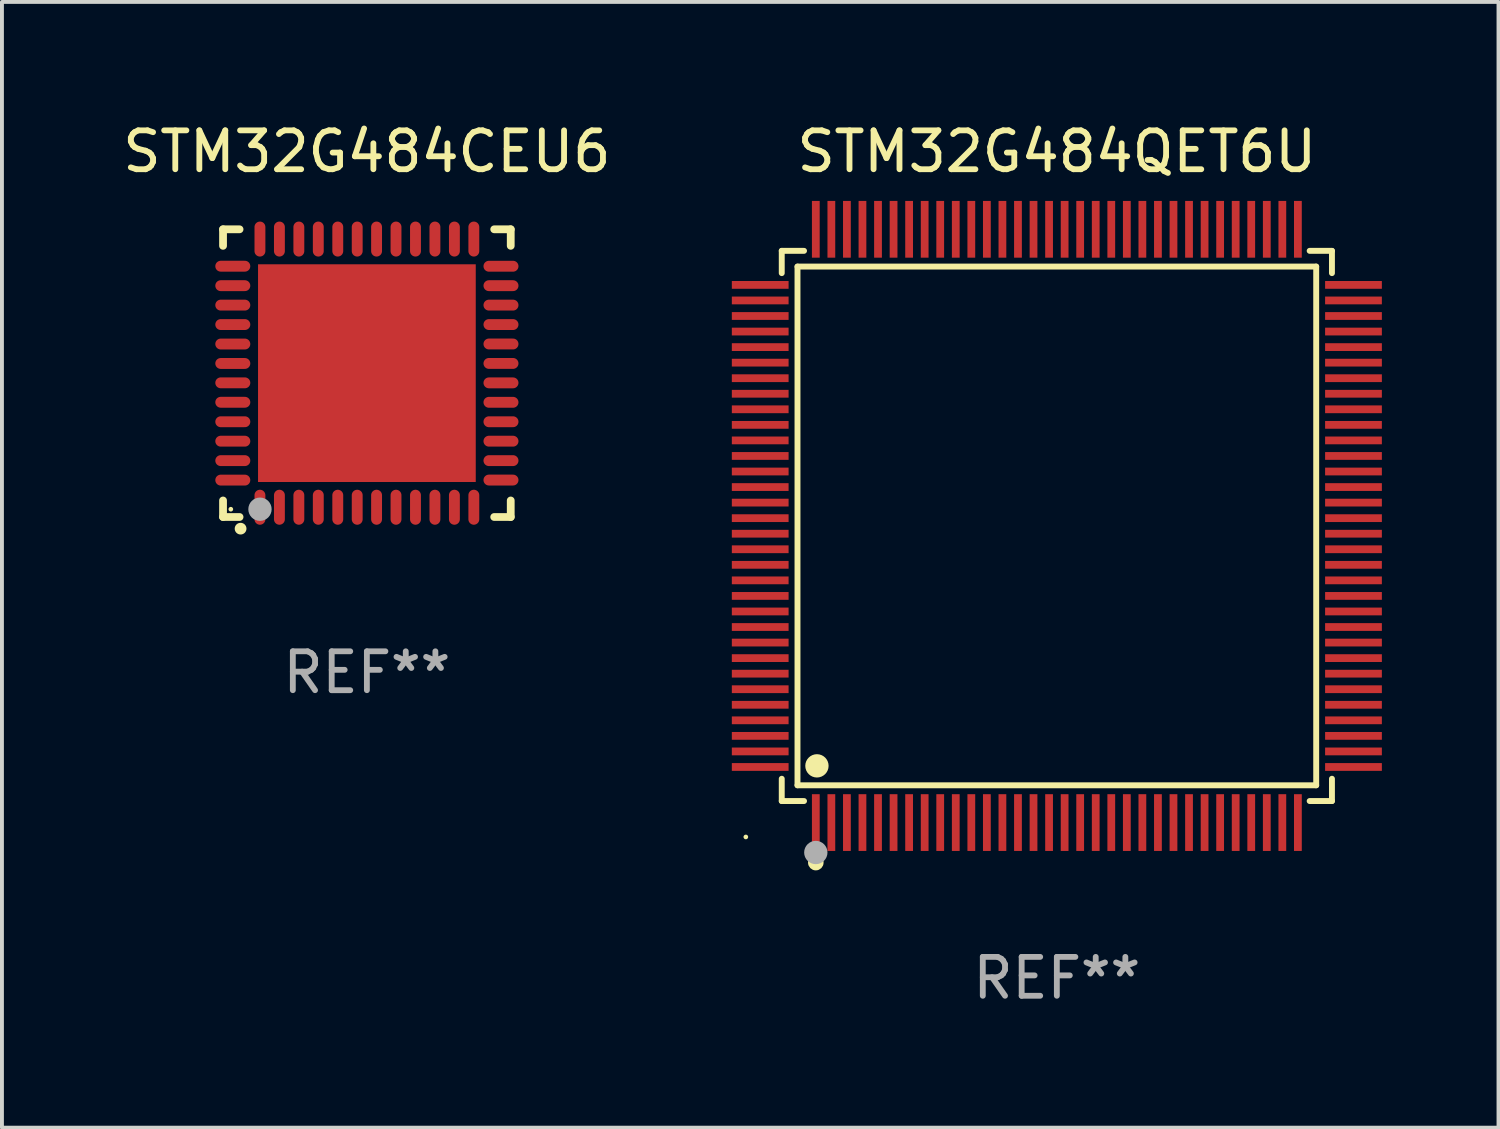
<source format=kicad_pcb>
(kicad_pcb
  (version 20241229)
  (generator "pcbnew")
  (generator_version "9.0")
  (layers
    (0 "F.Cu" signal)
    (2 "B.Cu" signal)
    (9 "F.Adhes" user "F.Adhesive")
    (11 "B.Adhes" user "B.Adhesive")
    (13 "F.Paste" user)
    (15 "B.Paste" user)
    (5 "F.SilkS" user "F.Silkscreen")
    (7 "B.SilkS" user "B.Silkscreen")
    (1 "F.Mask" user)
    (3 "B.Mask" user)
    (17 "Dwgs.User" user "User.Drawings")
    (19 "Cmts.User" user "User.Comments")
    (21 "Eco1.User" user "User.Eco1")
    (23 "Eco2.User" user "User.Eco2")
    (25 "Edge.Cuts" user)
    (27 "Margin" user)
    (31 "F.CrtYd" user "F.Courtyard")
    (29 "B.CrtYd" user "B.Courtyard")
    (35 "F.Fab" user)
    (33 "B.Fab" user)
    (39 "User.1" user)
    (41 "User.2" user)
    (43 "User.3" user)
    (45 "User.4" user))
  (footprint "STM32G484QET6U"
    (layer "F.Cu")
    (at 24.134 10.478)
    (property "Reference" "STM32G484QET6U" (at 0 -9.63 0) (layer "F.SilkS") (effects (font (size 1 1) (thickness 0.15))))
    (attr through_hole)
    (fp_line (start -7.076 -7.076) (end -6.503 -7.076) (stroke (width 0.152) (type solid)) (layer "F.SilkS"))
    (fp_line (start -7.076 -6.503) (end -7.076 -7.076) (stroke (width 0.152) (type solid)) (layer "F.SilkS"))
    (fp_line (start -7.076 6.503) (end -7.076 7.076) (stroke (width 0.152) (type solid)) (layer "F.SilkS"))
    (fp_line (start -7.076 7.076) (end -6.503 7.076) (stroke (width 0.152) (type solid)) (layer "F.SilkS"))
    (fp_line (start -6.671 -6.671) (end 6.671 -6.671) (stroke (width 0.152) (type solid)) (layer "F.SilkS"))
    (fp_line (start -6.671 6.671) (end -6.671 -6.671) (stroke (width 0.152) (type solid)) (layer "F.SilkS"))
    (fp_line (start 6.671 -6.671) (end 6.671 6.671) (stroke (width 0.152) (type solid)) (layer "F.SilkS"))
    (fp_line (start 6.671 6.671) (end -6.671 6.671) (stroke (width 0.152) (type solid)) (layer "F.SilkS"))
    (fp_line (start 7.076 -7.076) (end 6.503 -7.076) (stroke (width 0.152) (type solid)) (layer "F.SilkS"))
    (fp_line (start 7.076 -6.503) (end 7.076 -7.076) (stroke (width 0.152) (type solid)) (layer "F.SilkS"))
    (fp_line (start 7.076 6.503) (end 7.076 7.076) (stroke (width 0.152) (type solid)) (layer "F.SilkS"))
    (fp_line (start 7.076 7.076) (end 6.503 7.076) (stroke (width 0.152) (type solid)) (layer "F.SilkS"))
    (fp_circle (center -8 8) (end -7.97 8) (stroke (width 0.06) (type solid)) (fill no) (layer "F.SilkS"))
    (fp_circle (center -6.2 8.66) (end -6.1 8.66) (stroke (width 0.2) (type solid)) (fill no) (layer "F.SilkS"))
    (fp_circle (center -6.171 6.171) (end -6.021 6.171) (stroke (width 0.3) (type solid)) (fill no) (layer "F.SilkS"))
    (fp_circle (center -6.2 8.4) (end -6.05 8.4) (stroke (width 0.3) (type solid)) (fill no) (layer "F.Fab"))
    (fp_text user "REF**" (at 0 11.63 0) (layer "F.Fab") (effects (font (size 1 1) (thickness 0.15))))
    (pad "1" smd rect (at -6.2 7.63) (size 0.2 1.46) (layers "F.Cu" "F.Mask" "F.Paste"))
    (pad "2" smd rect (at -5.8 7.63) (size 0.2 1.46) (layers "F.Cu" "F.Mask" "F.Paste"))
    (pad "3" smd rect (at -5.4 7.63) (size 0.2 1.46) (layers "F.Cu" "F.Mask" "F.Paste"))
    (pad "4" smd rect (at -5 7.63) (size 0.2 1.46) (layers "F.Cu" "F.Mask" "F.Paste"))
    (pad "5" smd rect (at -4.6 7.63) (size 0.2 1.46) (layers "F.Cu" "F.Mask" "F.Paste"))
    (pad "6" smd rect (at -4.2 7.63) (size 0.2 1.46) (layers "F.Cu" "F.Mask" "F.Paste"))
    (pad "7" smd rect (at -3.8 7.63) (size 0.2 1.46) (layers "F.Cu" "F.Mask" "F.Paste"))
    (pad "8" smd rect (at -3.4 7.63) (size 0.2 1.46) (layers "F.Cu" "F.Mask" "F.Paste"))
    (pad "9" smd rect (at -3 7.63) (size 0.2 1.46) (layers "F.Cu" "F.Mask" "F.Paste"))
    (pad "10" smd rect (at -2.6 7.63) (size 0.2 1.46) (layers "F.Cu" "F.Mask" "F.Paste"))
    (pad "11" smd rect (at -2.2 7.63) (size 0.2 1.46) (layers "F.Cu" "F.Mask" "F.Paste"))
    (pad "12" smd rect (at -1.8 7.63) (size 0.2 1.46) (layers "F.Cu" "F.Mask" "F.Paste"))
    (pad "13" smd rect (at -1.4 7.63) (size 0.2 1.46) (layers "F.Cu" "F.Mask" "F.Paste"))
    (pad "14" smd rect (at -1 7.63) (size 0.2 1.46) (layers "F.Cu" "F.Mask" "F.Paste"))
    (pad "15" smd rect (at -0.6 7.63) (size 0.2 1.46) (layers "F.Cu" "F.Mask" "F.Paste"))
    (pad "16" smd rect (at -0.2 7.63) (size 0.2 1.46) (layers "F.Cu" "F.Mask" "F.Paste"))
    (pad "17" smd rect (at 0.2 7.63) (size 0.2 1.46) (layers "F.Cu" "F.Mask" "F.Paste"))
    (pad "18" smd rect (at 0.6 7.63) (size 0.2 1.46) (layers "F.Cu" "F.Mask" "F.Paste"))
    (pad "19" smd rect (at 1 7.63) (size 0.2 1.46) (layers "F.Cu" "F.Mask" "F.Paste"))
    (pad "20" smd rect (at 1.4 7.63) (size 0.2 1.46) (layers "F.Cu" "F.Mask" "F.Paste"))
    (pad "21" smd rect (at 1.8 7.63) (size 0.2 1.46) (layers "F.Cu" "F.Mask" "F.Paste"))
    (pad "22" smd rect (at 2.2 7.63) (size 0.2 1.46) (layers "F.Cu" "F.Mask" "F.Paste"))
    (pad "23" smd rect (at 2.6 7.63) (size 0.2 1.46) (layers "F.Cu" "F.Mask" "F.Paste"))
    (pad "24" smd rect (at 3 7.63) (size 0.2 1.46) (layers "F.Cu" "F.Mask" "F.Paste"))
    (pad "25" smd rect (at 3.4 7.63) (size 0.2 1.46) (layers "F.Cu" "F.Mask" "F.Paste"))
    (pad "26" smd rect (at 3.8 7.63) (size 0.2 1.46) (layers "F.Cu" "F.Mask" "F.Paste"))
    (pad "27" smd rect (at 4.2 7.63) (size 0.2 1.46) (layers "F.Cu" "F.Mask" "F.Paste"))
    (pad "28" smd rect (at 4.6 7.63) (size 0.2 1.46) (layers "F.Cu" "F.Mask" "F.Paste"))
    (pad "29" smd rect (at 5 7.63) (size 0.2 1.46) (layers "F.Cu" "F.Mask" "F.Paste"))
    (pad "30" smd rect (at 5.4 7.63) (size 0.2 1.46) (layers "F.Cu" "F.Mask" "F.Paste"))
    (pad "31" smd rect (at 5.8 7.63) (size 0.2 1.46) (layers "F.Cu" "F.Mask" "F.Paste"))
    (pad "32" smd rect (at 6.2 7.63) (size 0.2 1.46) (layers "F.Cu" "F.Mask" "F.Paste"))
    (pad "33" smd rect (at 7.63 6.2) (size 1.46 0.2) (layers "F.Cu" "F.Mask" "F.Paste"))
    (pad "34" smd rect (at 7.63 5.8) (size 1.46 0.2) (layers "F.Cu" "F.Mask" "F.Paste"))
    (pad "35" smd rect (at 7.63 5.4) (size 1.46 0.2) (layers "F.Cu" "F.Mask" "F.Paste"))
    (pad "36" smd rect (at 7.63 5) (size 1.46 0.2) (layers "F.Cu" "F.Mask" "F.Paste"))
    (pad "37" smd rect (at 7.63 4.6) (size 1.46 0.2) (layers "F.Cu" "F.Mask" "F.Paste"))
    (pad "38" smd rect (at 7.63 4.2) (size 1.46 0.2) (layers "F.Cu" "F.Mask" "F.Paste"))
    (pad "39" smd rect (at 7.63 3.8) (size 1.46 0.2) (layers "F.Cu" "F.Mask" "F.Paste"))
    (pad "40" smd rect (at 7.63 3.4) (size 1.46 0.2) (layers "F.Cu" "F.Mask" "F.Paste"))
    (pad "41" smd rect (at 7.63 3) (size 1.46 0.2) (layers "F.Cu" "F.Mask" "F.Paste"))
    (pad "42" smd rect (at 7.63 2.6) (size 1.46 0.2) (layers "F.Cu" "F.Mask" "F.Paste"))
    (pad "43" smd rect (at 7.63 2.2) (size 1.46 0.2) (layers "F.Cu" "F.Mask" "F.Paste"))
    (pad "44" smd rect (at 7.63 1.8) (size 1.46 0.2) (layers "F.Cu" "F.Mask" "F.Paste"))
    (pad "45" smd rect (at 7.63 1.4) (size 1.46 0.2) (layers "F.Cu" "F.Mask" "F.Paste"))
    (pad "46" smd rect (at 7.63 1) (size 1.46 0.2) (layers "F.Cu" "F.Mask" "F.Paste"))
    (pad "47" smd rect (at 7.63 0.6) (size 1.46 0.2) (layers "F.Cu" "F.Mask" "F.Paste"))
    (pad "48" smd rect (at 7.63 0.2) (size 1.46 0.2) (layers "F.Cu" "F.Mask" "F.Paste"))
    (pad "49" smd rect (at 7.63 -0.2) (size 1.46 0.2) (layers "F.Cu" "F.Mask" "F.Paste"))
    (pad "50" smd rect (at 7.63 -0.6) (size 1.46 0.2) (layers "F.Cu" "F.Mask" "F.Paste"))
    (pad "51" smd rect (at 7.63 -1) (size 1.46 0.2) (layers "F.Cu" "F.Mask" "F.Paste"))
    (pad "52" smd rect (at 7.63 -1.4) (size 1.46 0.2) (layers "F.Cu" "F.Mask" "F.Paste"))
    (pad "53" smd rect (at 7.63 -1.8) (size 1.46 0.2) (layers "F.Cu" "F.Mask" "F.Paste"))
    (pad "54" smd rect (at 7.63 -2.2) (size 1.46 0.2) (layers "F.Cu" "F.Mask" "F.Paste"))
    (pad "55" smd rect (at 7.63 -2.6) (size 1.46 0.2) (layers "F.Cu" "F.Mask" "F.Paste"))
    (pad "56" smd rect (at 7.63 -3) (size 1.46 0.2) (layers "F.Cu" "F.Mask" "F.Paste"))
    (pad "57" smd rect (at 7.63 -3.4) (size 1.46 0.2) (layers "F.Cu" "F.Mask" "F.Paste"))
    (pad "58" smd rect (at 7.63 -3.8) (size 1.46 0.2) (layers "F.Cu" "F.Mask" "F.Paste"))
    (pad "59" smd rect (at 7.63 -4.2) (size 1.46 0.2) (layers "F.Cu" "F.Mask" "F.Paste"))
    (pad "60" smd rect (at 7.63 -4.6) (size 1.46 0.2) (layers "F.Cu" "F.Mask" "F.Paste"))
    (pad "61" smd rect (at 7.63 -5) (size 1.46 0.2) (layers "F.Cu" "F.Mask" "F.Paste"))
    (pad "62" smd rect (at 7.63 -5.4) (size 1.46 0.2) (layers "F.Cu" "F.Mask" "F.Paste"))
    (pad "63" smd rect (at 7.63 -5.8) (size 1.46 0.2) (layers "F.Cu" "F.Mask" "F.Paste"))
    (pad "64" smd rect (at 7.63 -6.2) (size 1.46 0.2) (layers "F.Cu" "F.Mask" "F.Paste"))
    (pad "65" smd rect (at 6.2 -7.63) (size 0.2 1.46) (layers "F.Cu" "F.Mask" "F.Paste"))
    (pad "66" smd rect (at 5.8 -7.63) (size 0.2 1.46) (layers "F.Cu" "F.Mask" "F.Paste"))
    (pad "67" smd rect (at 5.4 -7.63) (size 0.2 1.46) (layers "F.Cu" "F.Mask" "F.Paste"))
    (pad "68" smd rect (at 5 -7.63) (size 0.2 1.46) (layers "F.Cu" "F.Mask" "F.Paste"))
    (pad "69" smd rect (at 4.6 -7.63) (size 0.2 1.46) (layers "F.Cu" "F.Mask" "F.Paste"))
    (pad "70" smd rect (at 4.2 -7.63) (size 0.2 1.46) (layers "F.Cu" "F.Mask" "F.Paste"))
    (pad "71" smd rect (at 3.8 -7.63) (size 0.2 1.46) (layers "F.Cu" "F.Mask" "F.Paste"))
    (pad "72" smd rect (at 3.4 -7.63) (size 0.2 1.46) (layers "F.Cu" "F.Mask" "F.Paste"))
    (pad "73" smd rect (at 3 -7.63) (size 0.2 1.46) (layers "F.Cu" "F.Mask" "F.Paste"))
    (pad "74" smd rect (at 2.6 -7.63) (size 0.2 1.46) (layers "F.Cu" "F.Mask" "F.Paste"))
    (pad "75" smd rect (at 2.2 -7.63) (size 0.2 1.46) (layers "F.Cu" "F.Mask" "F.Paste"))
    (pad "76" smd rect (at 1.8 -7.63) (size 0.2 1.46) (layers "F.Cu" "F.Mask" "F.Paste"))
    (pad "77" smd rect (at 1.4 -7.63) (size 0.2 1.46) (layers "F.Cu" "F.Mask" "F.Paste"))
    (pad "78" smd rect (at 1 -7.63) (size 0.2 1.46) (layers "F.Cu" "F.Mask" "F.Paste"))
    (pad "79" smd rect (at 0.6 -7.63) (size 0.2 1.46) (layers "F.Cu" "F.Mask" "F.Paste"))
    (pad "80" smd rect (at 0.2 -7.63) (size 0.2 1.46) (layers "F.Cu" "F.Mask" "F.Paste"))
    (pad "81" smd rect (at -0.2 -7.63) (size 0.2 1.46) (layers "F.Cu" "F.Mask" "F.Paste"))
    (pad "82" smd rect (at -0.6 -7.63) (size 0.2 1.46) (layers "F.Cu" "F.Mask" "F.Paste"))
    (pad "83" smd rect (at -1 -7.63) (size 0.2 1.46) (layers "F.Cu" "F.Mask" "F.Paste"))
    (pad "84" smd rect (at -1.4 -7.63) (size 0.2 1.46) (layers "F.Cu" "F.Mask" "F.Paste"))
    (pad "85" smd rect (at -1.8 -7.63) (size 0.2 1.46) (layers "F.Cu" "F.Mask" "F.Paste"))
    (pad "86" smd rect (at -2.2 -7.63) (size 0.2 1.46) (layers "F.Cu" "F.Mask" "F.Paste"))
    (pad "87" smd rect (at -2.6 -7.63) (size 0.2 1.46) (layers "F.Cu" "F.Mask" "F.Paste"))
    (pad "88" smd rect (at -3 -7.63) (size 0.2 1.46) (layers "F.Cu" "F.Mask" "F.Paste"))
    (pad "89" smd rect (at -3.4 -7.63) (size 0.2 1.46) (layers "F.Cu" "F.Mask" "F.Paste"))
    (pad "90" smd rect (at -3.8 -7.63) (size 0.2 1.46) (layers "F.Cu" "F.Mask" "F.Paste"))
    (pad "91" smd rect (at -4.2 -7.63) (size 0.2 1.46) (layers "F.Cu" "F.Mask" "F.Paste"))
    (pad "92" smd rect (at -4.6 -7.63) (size 0.2 1.46) (layers "F.Cu" "F.Mask" "F.Paste"))
    (pad "93" smd rect (at -5 -7.63) (size 0.2 1.46) (layers "F.Cu" "F.Mask" "F.Paste"))
    (pad "94" smd rect (at -5.4 -7.63) (size 0.2 1.46) (layers "F.Cu" "F.Mask" "F.Paste"))
    (pad "95" smd rect (at -5.8 -7.63) (size 0.2 1.46) (layers "F.Cu" "F.Mask" "F.Paste"))
    (pad "96" smd rect (at -6.2 -7.63) (size 0.2 1.46) (layers "F.Cu" "F.Mask" "F.Paste"))
    (pad "97" smd rect (at -7.63 -6.2) (size 1.46 0.2) (layers "F.Cu" "F.Mask" "F.Paste"))
    (pad "98" smd rect (at -7.63 -5.8) (size 1.46 0.2) (layers "F.Cu" "F.Mask" "F.Paste"))
    (pad "99" smd rect (at -7.63 -5.4) (size 1.46 0.2) (layers "F.Cu" "F.Mask" "F.Paste"))
    (pad "100" smd rect (at -7.63 -5) (size 1.46 0.2) (layers "F.Cu" "F.Mask" "F.Paste"))
    (pad "101" smd rect (at -7.63 -4.6) (size 1.46 0.2) (layers "F.Cu" "F.Mask" "F.Paste"))
    (pad "102" smd rect (at -7.63 -4.2) (size 1.46 0.2) (layers "F.Cu" "F.Mask" "F.Paste"))
    (pad "103" smd rect (at -7.63 -3.8) (size 1.46 0.2) (layers "F.Cu" "F.Mask" "F.Paste"))
    (pad "104" smd rect (at -7.63 -3.4) (size 1.46 0.2) (layers "F.Cu" "F.Mask" "F.Paste"))
    (pad "105" smd rect (at -7.63 -3) (size 1.46 0.2) (layers "F.Cu" "F.Mask" "F.Paste"))
    (pad "106" smd rect (at -7.63 -2.6) (size 1.46 0.2) (layers "F.Cu" "F.Mask" "F.Paste"))
    (pad "107" smd rect (at -7.63 -2.2) (size 1.46 0.2) (layers "F.Cu" "F.Mask" "F.Paste"))
    (pad "108" smd rect (at -7.63 -1.8) (size 1.46 0.2) (layers "F.Cu" "F.Mask" "F.Paste"))
    (pad "109" smd rect (at -7.63 -1.4) (size 1.46 0.2) (layers "F.Cu" "F.Mask" "F.Paste"))
    (pad "110" smd rect (at -7.63 -1) (size 1.46 0.2) (layers "F.Cu" "F.Mask" "F.Paste"))
    (pad "111" smd rect (at -7.63 -0.6) (size 1.46 0.2) (layers "F.Cu" "F.Mask" "F.Paste"))
    (pad "112" smd rect (at -7.63 -0.2) (size 1.46 0.2) (layers "F.Cu" "F.Mask" "F.Paste"))
    (pad "113" smd rect (at -7.63 0.2) (size 1.46 0.2) (layers "F.Cu" "F.Mask" "F.Paste"))
    (pad "114" smd rect (at -7.63 0.6) (size 1.46 0.2) (layers "F.Cu" "F.Mask" "F.Paste"))
    (pad "115" smd rect (at -7.63 1) (size 1.46 0.2) (layers "F.Cu" "F.Mask" "F.Paste"))
    (pad "116" smd rect (at -7.63 1.4) (size 1.46 0.2) (layers "F.Cu" "F.Mask" "F.Paste"))
    (pad "117" smd rect (at -7.63 1.8) (size 1.46 0.2) (layers "F.Cu" "F.Mask" "F.Paste"))
    (pad "118" smd rect (at -7.63 2.2) (size 1.46 0.2) (layers "F.Cu" "F.Mask" "F.Paste"))
    (pad "119" smd rect (at -7.63 2.6) (size 1.46 0.2) (layers "F.Cu" "F.Mask" "F.Paste"))
    (pad "120" smd rect (at -7.63 3) (size 1.46 0.2) (layers "F.Cu" "F.Mask" "F.Paste"))
    (pad "121" smd rect (at -7.63 3.4) (size 1.46 0.2) (layers "F.Cu" "F.Mask" "F.Paste"))
    (pad "122" smd rect (at -7.63 3.8) (size 1.46 0.2) (layers "F.Cu" "F.Mask" "F.Paste"))
    (pad "123" smd rect (at -7.63 4.2) (size 1.46 0.2) (layers "F.Cu" "F.Mask" "F.Paste"))
    (pad "124" smd rect (at -7.63 4.6) (size 1.46 0.2) (layers "F.Cu" "F.Mask" "F.Paste"))
    (pad "125" smd rect (at -7.63 5) (size 1.46 0.2) (layers "F.Cu" "F.Mask" "F.Paste"))
    (pad "126" smd rect (at -7.63 5.4) (size 1.46 0.2) (layers "F.Cu" "F.Mask" "F.Paste"))
    (pad "127" smd rect (at -7.63 5.8) (size 1.46 0.2) (layers "F.Cu" "F.Mask" "F.Paste"))
    (pad "128" smd rect (at -7.63 6.2) (size 1.46 0.2) (layers "F.Cu" "F.Mask" "F.Paste")))
  (footprint "STM32G484CEU6"
    (layer "F.Cu")
    (at 6.387 6.548)
    (property "Reference" "STM32G484CEU6" (at 0 -5.7 0) (layer "F.SilkS") (effects (font (size 1 1) (thickness 0.15))))
    (attr through_hole)
    (fp_line (start -3.7 -3.7) (end -3.275 -3.7) (stroke (width 0.2) (type solid)) (layer "F.SilkS"))
    (fp_line (start -3.7 -3.275) (end -3.7 -3.7) (stroke (width 0.2) (type solid)) (layer "F.SilkS"))
    (fp_line (start -3.7 3.7) (end -3.7 3.275) (stroke (width 0.2) (type solid)) (layer "F.SilkS"))
    (fp_line (start -3.275 3.7) (end -3.7 3.7) (stroke (width 0.2) (type solid)) (layer "F.SilkS"))
    (fp_line (start 3.7 -3.7) (end 3.275 -3.7) (stroke (width 0.2) (type solid)) (layer "F.SilkS"))
    (fp_line (start 3.7 -3.275) (end 3.7 -3.7) (stroke (width 0.2) (type solid)) (layer "F.SilkS"))
    (fp_line (start 3.7 3.275) (end 3.7 3.7) (stroke (width 0.2) (type solid)) (layer "F.SilkS"))
    (fp_line (start 3.7 3.7) (end 3.275 3.7) (stroke (width 0.2) (type solid)) (layer "F.SilkS"))
    (fp_arc (start -3.249936 3.999975) (mid -3.248666 3.99997) (end -3.247396 3.999975) (stroke (width 0.3) (type solid)) (layer "F.SilkS"))
    (fp_circle (center -3.5 3.5) (end -3.47 3.5) (stroke (width 0.06) (type solid)) (fill no) (layer "F.SilkS"))
    (fp_circle (center -2.75 3.5) (end -2.6 3.5) (stroke (width 0.3) (type solid)) (fill no) (layer "F.Fab"))
    (fp_text user "REF**" (at 0 7.7 0) (layer "F.Fab") (effects (font (size 1 1) (thickness 0.15))))
    (pad "1" smd oval (at -2.751 3.449) (size 0.28 0.9) (layers "F.Cu" "F.Mask" "F.Paste"))
    (pad "2" smd oval (at -2.25 3.449) (size 0.28 0.9) (layers "F.Cu" "F.Mask" "F.Paste"))
    (pad "3" smd oval (at -1.75 3.449) (size 0.28 0.9) (layers "F.Cu" "F.Mask" "F.Paste"))
    (pad "4" smd oval (at -1.25 3.449) (size 0.28 0.9) (layers "F.Cu" "F.Mask" "F.Paste"))
    (pad "5" smd oval (at -0.749 3.449) (size 0.28 0.9) (layers "F.Cu" "F.Mask" "F.Paste"))
    (pad "6" smd oval (at -0.249 3.449) (size 0.28 0.9) (layers "F.Cu" "F.Mask" "F.Paste"))
    (pad "7" smd oval (at 0.249 3.449) (size 0.28 0.9) (layers "F.Cu" "F.Mask" "F.Paste"))
    (pad "8" smd oval (at 0.749 3.449) (size 0.28 0.9) (layers "F.Cu" "F.Mask" "F.Paste"))
    (pad "9" smd oval (at 1.25 3.449) (size 0.28 0.9) (layers "F.Cu" "F.Mask" "F.Paste"))
    (pad "10" smd oval (at 1.75 3.449) (size 0.28 0.9) (layers "F.Cu" "F.Mask" "F.Paste"))
    (pad "11" smd oval (at 2.251 3.449) (size 0.28 0.9) (layers "F.Cu" "F.Mask" "F.Paste"))
    (pad "12" smd oval (at 2.751 3.449) (size 0.28 0.9) (layers "F.Cu" "F.Mask" "F.Paste"))
    (pad "13" smd oval (at 3.449 2.75) (size 0.9 0.28) (layers "F.Cu" "F.Mask" "F.Paste"))
    (pad "14" smd oval (at 3.449 2.25) (size 0.9 0.28) (layers "F.Cu" "F.Mask" "F.Paste"))
    (pad "15" smd oval (at 3.449 1.75) (size 0.9 0.28) (layers "F.Cu" "F.Mask" "F.Paste"))
    (pad "16" smd oval (at 3.449 1.25) (size 0.9 0.28) (layers "F.Cu" "F.Mask" "F.Paste"))
    (pad "17" smd oval (at 3.449 0.75) (size 0.9 0.28) (layers "F.Cu" "F.Mask" "F.Paste"))
    (pad "18" smd oval (at 3.449 0.25) (size 0.9 0.28) (layers "F.Cu" "F.Mask" "F.Paste"))
    (pad "19" smd oval (at 3.449 -0.25) (size 0.9 0.28) (layers "F.Cu" "F.Mask" "F.Paste"))
    (pad "20" smd oval (at 3.449 -0.75) (size 0.9 0.28) (layers "F.Cu" "F.Mask" "F.Paste"))
    (pad "21" smd oval (at 3.449 -1.25) (size 0.9 0.28) (layers "F.Cu" "F.Mask" "F.Paste"))
    (pad "22" smd oval (at 3.449 -1.75) (size 0.9 0.28) (layers "F.Cu" "F.Mask" "F.Paste"))
    (pad "23" smd oval (at 3.449 -2.25) (size 0.9 0.28) (layers "F.Cu" "F.Mask" "F.Paste"))
    (pad "24" smd oval (at 3.449 -2.75) (size 0.9 0.28) (layers "F.Cu" "F.Mask" "F.Paste"))
    (pad "25" smd oval (at 2.751 -3.449) (size 0.28 0.9) (layers "F.Cu" "F.Mask" "F.Paste"))
    (pad "26" smd oval (at 2.251 -3.449) (size 0.28 0.9) (layers "F.Cu" "F.Mask" "F.Paste"))
    (pad "27" smd oval (at 1.75 -3.449) (size 0.28 0.9) (layers "F.Cu" "F.Mask" "F.Paste"))
    (pad "28" smd oval (at 1.25 -3.449) (size 0.28 0.9) (layers "F.Cu" "F.Mask" "F.Paste"))
    (pad "29" smd oval (at 0.749 -3.449) (size 0.28 0.9) (layers "F.Cu" "F.Mask" "F.Paste"))
    (pad "30" smd oval (at 0.249 -3.449) (size 0.28 0.9) (layers "F.Cu" "F.Mask" "F.Paste"))
    (pad "31" smd oval (at -0.249 -3.449) (size 0.28 0.9) (layers "F.Cu" "F.Mask" "F.Paste"))
    (pad "32" smd oval (at -0.749 -3.449) (size 0.28 0.9) (layers "F.Cu" "F.Mask" "F.Paste"))
    (pad "33" smd oval (at -1.25 -3.449) (size 0.28 0.9) (layers "F.Cu" "F.Mask" "F.Paste"))
    (pad "34" smd oval (at -1.75 -3.449) (size 0.28 0.9) (layers "F.Cu" "F.Mask" "F.Paste"))
    (pad "35" smd oval (at -2.25 -3.449) (size 0.28 0.9) (layers "F.Cu" "F.Mask" "F.Paste"))
    (pad "36" smd oval (at -2.751 -3.449) (size 0.28 0.9) (layers "F.Cu" "F.Mask" "F.Paste"))
    (pad "37" smd oval (at -3.449 -2.751) (size 0.9 0.28) (layers "F.Cu" "F.Mask" "F.Paste"))
    (pad "38" smd oval (at -3.449 -2.25) (size 0.9 0.28) (layers "F.Cu" "F.Mask" "F.Paste"))
    (pad "39" smd oval (at -3.449 -1.75) (size 0.9 0.28) (layers "F.Cu" "F.Mask" "F.Paste"))
    (pad "40" smd oval (at -3.449 -1.25) (size 0.9 0.28) (layers "F.Cu" "F.Mask" "F.Paste"))
    (pad "41" smd oval (at -3.449 -0.749) (size 0.9 0.28) (layers "F.Cu" "F.Mask" "F.Paste"))
    (pad "42" smd oval (at -3.449 -0.249) (size 0.9 0.28) (layers "F.Cu" "F.Mask" "F.Paste"))
    (pad "43" smd oval (at -3.449 0.249) (size 0.9 0.28) (layers "F.Cu" "F.Mask" "F.Paste"))
    (pad "44" smd oval (at -3.449 0.749) (size 0.9 0.28) (layers "F.Cu" "F.Mask" "F.Paste"))
    (pad "45" smd oval (at -3.449 1.25) (size 0.9 0.28) (layers "F.Cu" "F.Mask" "F.Paste"))
    (pad "46" smd oval (at -3.449 1.75) (size 0.9 0.28) (layers "F.Cu" "F.Mask" "F.Paste"))
    (pad "47" smd oval (at -3.449 2.25) (size 0.9 0.28) (layers "F.Cu" "F.Mask" "F.Paste"))
    (pad "48" smd oval (at -3.449 2.751) (size 0.9 0.28) (layers "F.Cu" "F.Mask" "F.Paste"))
    (pad "49" smd rect (at 0.000076 -0.000025) (size 5.6 5.6) (layers "F.Cu" "F.Mask" "F.Paste")))
  (gr_rect
    (start -3 -3)
    (end 35.494 25.956)
    (stroke (width 0.1) (type default))
    (fill no)
    (layer "Edge.Cuts")))
</source>
